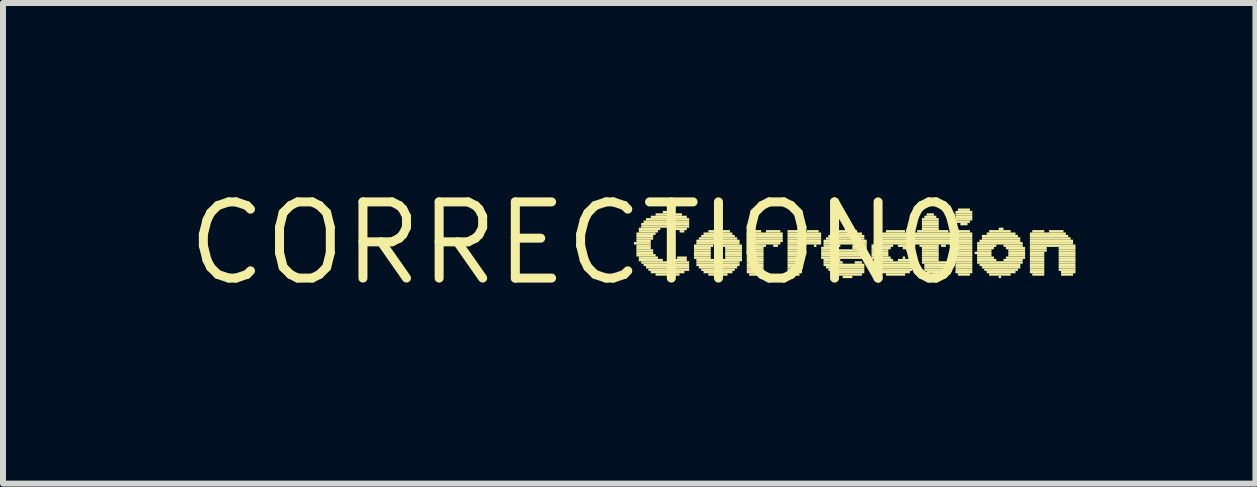
<source format=kicad_pcb>
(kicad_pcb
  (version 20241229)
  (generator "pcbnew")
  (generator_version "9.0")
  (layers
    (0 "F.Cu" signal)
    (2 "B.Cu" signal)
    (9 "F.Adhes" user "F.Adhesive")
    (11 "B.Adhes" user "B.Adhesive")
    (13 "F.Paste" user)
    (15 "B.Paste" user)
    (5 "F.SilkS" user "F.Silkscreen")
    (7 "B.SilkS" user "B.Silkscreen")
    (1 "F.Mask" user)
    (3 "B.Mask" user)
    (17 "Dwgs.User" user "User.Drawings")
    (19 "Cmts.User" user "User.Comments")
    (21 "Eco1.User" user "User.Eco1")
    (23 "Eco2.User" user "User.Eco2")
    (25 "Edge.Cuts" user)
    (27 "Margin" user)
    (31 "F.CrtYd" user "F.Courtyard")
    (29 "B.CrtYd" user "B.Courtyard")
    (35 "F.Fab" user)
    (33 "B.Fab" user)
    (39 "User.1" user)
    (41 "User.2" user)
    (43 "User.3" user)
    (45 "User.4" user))
  (footprint "CORRECTION0"
    (layer "F.Cu")
    (at 6.599 1.006)
    (property "Reference" "CORRECTION0" (at 0 0 0) (layer "F.SilkS") (effects (font (size 1.27 1.27) (thickness 0.15))))
    (attr through_hole)
    (fp_poly (pts (xy 0.92 0.02) (xy 1.2 0.02) (xy 1.2 -0.02) (xy 0.92 -0.02)) (stroke (width 0) (type solid)) (fill yes) (layer "F.SilkS"))
    (fp_poly (pts (xy 0.96 -0.14) (xy 1.28 -0.14) (xy 1.28 -0.18) (xy 0.96 -0.18)) (stroke (width 0) (type solid)) (fill yes) (layer "F.SilkS"))
    (fp_poly (pts (xy 0.96 -0.1) (xy 1.24 -0.1) (xy 1.24 -0.14) (xy 0.96 -0.14)) (stroke (width 0) (type solid)) (fill yes) (layer "F.SilkS"))
    (fp_poly (pts (xy 0.96 -0.06) (xy 1.24 -0.06) (xy 1.24 -0.1) (xy 0.96 -0.1)) (stroke (width 0) (type solid)) (fill yes) (layer "F.SilkS"))
    (fp_poly (pts (xy 0.96 -0.02) (xy 1.2 -0.02) (xy 1.2 -0.06) (xy 0.96 -0.06)) (stroke (width 0) (type solid)) (fill yes) (layer "F.SilkS"))
    (fp_poly (pts (xy 0.96 0.06) (xy 1.2 0.06) (xy 1.2 0.02) (xy 0.96 0.02)) (stroke (width 0) (type solid)) (fill yes) (layer "F.SilkS"))
    (fp_poly (pts (xy 0.96 0.1) (xy 1.2 0.1) (xy 1.2 0.06) (xy 0.96 0.06)) (stroke (width 0) (type solid)) (fill yes) (layer "F.SilkS"))
    (fp_poly (pts (xy 0.96 0.14) (xy 1.24 0.14) (xy 1.24 0.1) (xy 0.96 0.1)) (stroke (width 0) (type solid)) (fill yes) (layer "F.SilkS"))
    (fp_poly (pts (xy 0.96 0.18) (xy 1.24 0.18) (xy 1.24 0.14) (xy 0.96 0.14)) (stroke (width 0) (type solid)) (fill yes) (layer "F.SilkS"))
    (fp_poly (pts (xy 0.96 0.22) (xy 1.28 0.22) (xy 1.28 0.18) (xy 0.96 0.18)) (stroke (width 0) (type solid)) (fill yes) (layer "F.SilkS"))
    (fp_poly (pts (xy 1 -0.22) (xy 1.36 -0.22) (xy 1.36 -0.26) (xy 1 -0.26)) (stroke (width 0) (type solid)) (fill yes) (layer "F.SilkS"))
    (fp_poly (pts (xy 1 -0.18) (xy 1.32 -0.18) (xy 1.32 -0.22) (xy 1 -0.22)) (stroke (width 0) (type solid)) (fill yes) (layer "F.SilkS"))
    (fp_poly (pts (xy 1 0.26) (xy 1.32 0.26) (xy 1.32 0.22) (xy 1 0.22)) (stroke (width 0) (type solid)) (fill yes) (layer "F.SilkS"))
    (fp_poly (pts (xy 1 0.3) (xy 1.4 0.3) (xy 1.4 0.26) (xy 1 0.26)) (stroke (width 0) (type solid)) (fill yes) (layer "F.SilkS"))
    (fp_poly (pts (xy 1.04 -0.3) (xy 1.84 -0.3) (xy 1.84 -0.34) (xy 1.04 -0.34)) (stroke (width 0) (type solid)) (fill yes) (layer "F.SilkS"))
    (fp_poly (pts (xy 1.04 -0.26) (xy 1.84 -0.26) (xy 1.84 -0.3) (xy 1.04 -0.3)) (stroke (width 0) (type solid)) (fill yes) (layer "F.SilkS"))
    (fp_poly (pts (xy 1.04 0.34) (xy 1.84 0.34) (xy 1.84 0.3) (xy 1.04 0.3)) (stroke (width 0) (type solid)) (fill yes) (layer "F.SilkS"))
    (fp_poly (pts (xy 1.08 -0.34) (xy 1.84 -0.34) (xy 1.84 -0.38) (xy 1.08 -0.38)) (stroke (width 0) (type solid)) (fill yes) (layer "F.SilkS"))
    (fp_poly (pts (xy 1.08 0.38) (xy 1.84 0.38) (xy 1.84 0.34) (xy 1.08 0.34)) (stroke (width 0) (type solid)) (fill yes) (layer "F.SilkS"))
    (fp_poly (pts (xy 1.12 -0.38) (xy 1.84 -0.38) (xy 1.84 -0.42) (xy 1.12 -0.42)) (stroke (width 0) (type solid)) (fill yes) (layer "F.SilkS"))
    (fp_poly (pts (xy 1.12 0.42) (xy 1.84 0.42) (xy 1.84 0.38) (xy 1.12 0.38)) (stroke (width 0) (type solid)) (fill yes) (layer "F.SilkS"))
    (fp_poly (pts (xy 1.16 0.46) (xy 1.84 0.46) (xy 1.84 0.42) (xy 1.16 0.42)) (stroke (width 0) (type solid)) (fill yes) (layer "F.SilkS"))
    (fp_poly (pts (xy 1.2 -0.42) (xy 1.8 -0.42) (xy 1.8 -0.46) (xy 1.2 -0.46)) (stroke (width 0) (type solid)) (fill yes) (layer "F.SilkS"))
    (fp_poly (pts (xy 1.2 0.5) (xy 1.76 0.5) (xy 1.76 0.46) (xy 1.2 0.46)) (stroke (width 0) (type solid)) (fill yes) (layer "F.SilkS"))
    (fp_poly (pts (xy 1.28 -0.46) (xy 1.72 -0.46) (xy 1.72 -0.5) (xy 1.28 -0.5)) (stroke (width 0) (type solid)) (fill yes) (layer "F.SilkS"))
    (fp_poly (pts (xy 1.28 0.54) (xy 1.68 0.54) (xy 1.68 0.5) (xy 1.28 0.5)) (stroke (width 0) (type solid)) (fill yes) (layer "F.SilkS"))
    (fp_poly (pts (xy 1.4 -0.5) (xy 1.6 -0.5) (xy 1.6 -0.54) (xy 1.4 -0.54)) (stroke (width 0) (type solid)) (fill yes) (layer "F.SilkS"))
    (fp_poly (pts (xy 1.48 0.58) (xy 1.52 0.58) (xy 1.52 0.54) (xy 1.48 0.54)) (stroke (width 0) (type solid)) (fill yes) (layer "F.SilkS"))
    (fp_poly (pts (xy 1.56 0.3) (xy 1.8 0.3) (xy 1.8 0.26) (xy 1.56 0.26)) (stroke (width 0) (type solid)) (fill yes) (layer "F.SilkS"))
    (fp_poly (pts (xy 1.6 -0.22) (xy 1.8 -0.22) (xy 1.8 -0.26) (xy 1.6 -0.26)) (stroke (width 0) (type solid)) (fill yes) (layer "F.SilkS"))
    (fp_poly (pts (xy 1.64 0.26) (xy 1.8 0.26) (xy 1.8 0.22) (xy 1.64 0.22)) (stroke (width 0) (type solid)) (fill yes) (layer "F.SilkS"))
    (fp_poly (pts (xy 1.68 -0.18) (xy 1.76 -0.18) (xy 1.76 -0.22) (xy 1.68 -0.22)) (stroke (width 0) (type solid)) (fill yes) (layer "F.SilkS"))
    (fp_poly (pts (xy 1.92 0.06) (xy 2.24 0.06) (xy 2.24 0.02) (xy 1.92 0.02)) (stroke (width 0) (type solid)) (fill yes) (layer "F.SilkS"))
    (fp_poly (pts (xy 1.92 0.1) (xy 2.2 0.1) (xy 2.2 0.06) (xy 1.92 0.06)) (stroke (width 0) (type solid)) (fill yes) (layer "F.SilkS"))
    (fp_poly (pts (xy 1.92 0.14) (xy 2.2 0.14) (xy 2.2 0.1) (xy 1.92 0.1)) (stroke (width 0) (type solid)) (fill yes) (layer "F.SilkS"))
    (fp_poly (pts (xy 1.92 0.18) (xy 2.2 0.18) (xy 2.2 0.14) (xy 1.92 0.14)) (stroke (width 0) (type solid)) (fill yes) (layer "F.SilkS"))
    (fp_poly (pts (xy 1.92 0.22) (xy 2.2 0.22) (xy 2.2 0.18) (xy 1.92 0.18)) (stroke (width 0) (type solid)) (fill yes) (layer "F.SilkS"))
    (fp_poly (pts (xy 1.92 0.26) (xy 2.2 0.26) (xy 2.2 0.22) (xy 1.92 0.22)) (stroke (width 0) (type solid)) (fill yes) (layer "F.SilkS"))
    (fp_poly (pts (xy 1.96 -0.02) (xy 2.68 -0.02) (xy 2.68 -0.06) (xy 1.96 -0.06)) (stroke (width 0) (type solid)) (fill yes) (layer "F.SilkS"))
    (fp_poly (pts (xy 1.96 0.02) (xy 2.68 0.02) (xy 2.68 -0.02) (xy 1.96 -0.02)) (stroke (width 0) (type solid)) (fill yes) (layer "F.SilkS"))
    (fp_poly (pts (xy 1.96 0.3) (xy 2.28 0.3) (xy 2.28 0.26) (xy 1.96 0.26)) (stroke (width 0) (type solid)) (fill yes) (layer "F.SilkS"))
    (fp_poly (pts (xy 1.96 0.34) (xy 2.68 0.34) (xy 2.68 0.3) (xy 1.96 0.3)) (stroke (width 0) (type solid)) (fill yes) (layer "F.SilkS"))
    (fp_poly (pts (xy 1.96 0.38) (xy 2.68 0.38) (xy 2.68 0.34) (xy 1.96 0.34)) (stroke (width 0) (type solid)) (fill yes) (layer "F.SilkS"))
    (fp_poly (pts (xy 2 -0.06) (xy 2.64 -0.06) (xy 2.64 -0.1) (xy 2 -0.1)) (stroke (width 0) (type solid)) (fill yes) (layer "F.SilkS"))
    (fp_poly (pts (xy 2 0.42) (xy 2.64 0.42) (xy 2.64 0.38) (xy 2 0.38)) (stroke (width 0) (type solid)) (fill yes) (layer "F.SilkS"))
    (fp_poly (pts (xy 2.04 -0.1) (xy 2.6 -0.1) (xy 2.6 -0.14) (xy 2.04 -0.14)) (stroke (width 0) (type solid)) (fill yes) (layer "F.SilkS"))
    (fp_poly (pts (xy 2.04 0.46) (xy 2.6 0.46) (xy 2.6 0.42) (xy 2.04 0.42)) (stroke (width 0) (type solid)) (fill yes) (layer "F.SilkS"))
    (fp_poly (pts (xy 2.08 -0.14) (xy 2.56 -0.14) (xy 2.56 -0.18) (xy 2.08 -0.18)) (stroke (width 0) (type solid)) (fill yes) (layer "F.SilkS"))
    (fp_poly (pts (xy 2.08 0.5) (xy 2.56 0.5) (xy 2.56 0.46) (xy 2.08 0.46)) (stroke (width 0) (type solid)) (fill yes) (layer "F.SilkS"))
    (fp_poly (pts (xy 2.16 -0.18) (xy 2.52 -0.18) (xy 2.52 -0.22) (xy 2.16 -0.22)) (stroke (width 0) (type solid)) (fill yes) (layer "F.SilkS"))
    (fp_poly (pts (xy 2.16 0.54) (xy 2.48 0.54) (xy 2.48 0.5) (xy 2.16 0.5)) (stroke (width 0) (type solid)) (fill yes) (layer "F.SilkS"))
    (fp_poly (pts (xy 2.28 -0.22) (xy 2.36 -0.22) (xy 2.36 -0.26) (xy 2.28 -0.26)) (stroke (width 0) (type solid)) (fill yes) (layer "F.SilkS"))
    (fp_poly (pts (xy 2.32 0.58) (xy 2.36 0.58) (xy 2.36 0.54) (xy 2.32 0.54)) (stroke (width 0) (type solid)) (fill yes) (layer "F.SilkS"))
    (fp_poly (pts (xy 2.4 0.06) (xy 2.72 0.06) (xy 2.72 0.02) (xy 2.4 0.02)) (stroke (width 0) (type solid)) (fill yes) (layer "F.SilkS"))
    (fp_poly (pts (xy 2.4 0.3) (xy 2.72 0.3) (xy 2.72 0.26) (xy 2.4 0.26)) (stroke (width 0) (type solid)) (fill yes) (layer "F.SilkS"))
    (fp_poly (pts (xy 2.44 0.1) (xy 2.72 0.1) (xy 2.72 0.06) (xy 2.44 0.06)) (stroke (width 0) (type solid)) (fill yes) (layer "F.SilkS"))
    (fp_poly (pts (xy 2.44 0.14) (xy 2.72 0.14) (xy 2.72 0.1) (xy 2.44 0.1)) (stroke (width 0) (type solid)) (fill yes) (layer "F.SilkS"))
    (fp_poly (pts (xy 2.44 0.18) (xy 2.72 0.18) (xy 2.72 0.14) (xy 2.44 0.14)) (stroke (width 0) (type solid)) (fill yes) (layer "F.SilkS"))
    (fp_poly (pts (xy 2.44 0.22) (xy 2.72 0.22) (xy 2.72 0.18) (xy 2.44 0.18)) (stroke (width 0) (type solid)) (fill yes) (layer "F.SilkS"))
    (fp_poly (pts (xy 2.44 0.26) (xy 2.72 0.26) (xy 2.72 0.22) (xy 2.44 0.22)) (stroke (width 0) (type solid)) (fill yes) (layer "F.SilkS"))
    (fp_poly (pts (xy 2.8 -0.14) (xy 3.4 -0.14) (xy 3.4 -0.18) (xy 2.8 -0.18)) (stroke (width 0) (type solid)) (fill yes) (layer "F.SilkS"))
    (fp_poly (pts (xy 2.8 -0.1) (xy 3.4 -0.1) (xy 3.4 -0.14) (xy 2.8 -0.14)) (stroke (width 0) (type solid)) (fill yes) (layer "F.SilkS"))
    (fp_poly (pts (xy 2.8 -0.06) (xy 3.4 -0.06) (xy 3.4 -0.1) (xy 2.8 -0.1)) (stroke (width 0) (type solid)) (fill yes) (layer "F.SilkS"))
    (fp_poly (pts (xy 2.8 -0.02) (xy 3.4 -0.02) (xy 3.4 -0.06) (xy 2.8 -0.06)) (stroke (width 0) (type solid)) (fill yes) (layer "F.SilkS"))
    (fp_poly (pts (xy 2.8 0.02) (xy 3.36 0.02) (xy 3.36 -0.02) (xy 2.8 -0.02)) (stroke (width 0) (type solid)) (fill yes) (layer "F.SilkS"))
    (fp_poly (pts (xy 2.8 0.06) (xy 3.12 0.06) (xy 3.12 0.02) (xy 2.8 0.02)) (stroke (width 0) (type solid)) (fill yes) (layer "F.SilkS"))
    (fp_poly (pts (xy 2.8 0.1) (xy 3.08 0.1) (xy 3.08 0.06) (xy 2.8 0.06)) (stroke (width 0) (type solid)) (fill yes) (layer "F.SilkS"))
    (fp_poly (pts (xy 2.8 0.14) (xy 3.08 0.14) (xy 3.08 0.1) (xy 2.8 0.1)) (stroke (width 0) (type solid)) (fill yes) (layer "F.SilkS"))
    (fp_poly (pts (xy 2.8 0.18) (xy 3.08 0.18) (xy 3.08 0.14) (xy 2.8 0.14)) (stroke (width 0) (type solid)) (fill yes) (layer "F.SilkS"))
    (fp_poly (pts (xy 2.8 0.22) (xy 3.08 0.22) (xy 3.08 0.18) (xy 2.8 0.18)) (stroke (width 0) (type solid)) (fill yes) (layer "F.SilkS"))
    (fp_poly (pts (xy 2.8 0.26) (xy 3.08 0.26) (xy 3.08 0.22) (xy 2.8 0.22)) (stroke (width 0) (type solid)) (fill yes) (layer "F.SilkS"))
    (fp_poly (pts (xy 2.8 0.3) (xy 3.08 0.3) (xy 3.08 0.26) (xy 2.8 0.26)) (stroke (width 0) (type solid)) (fill yes) (layer "F.SilkS"))
    (fp_poly (pts (xy 2.8 0.34) (xy 3.08 0.34) (xy 3.08 0.3) (xy 2.8 0.3)) (stroke (width 0) (type solid)) (fill yes) (layer "F.SilkS"))
    (fp_poly (pts (xy 2.8 0.38) (xy 3.08 0.38) (xy 3.08 0.34) (xy 2.8 0.34)) (stroke (width 0) (type solid)) (fill yes) (layer "F.SilkS"))
    (fp_poly (pts (xy 2.8 0.42) (xy 3.08 0.42) (xy 3.08 0.38) (xy 2.8 0.38)) (stroke (width 0) (type solid)) (fill yes) (layer "F.SilkS"))
    (fp_poly (pts (xy 2.8 0.46) (xy 3.08 0.46) (xy 3.08 0.42) (xy 2.8 0.42)) (stroke (width 0) (type solid)) (fill yes) (layer "F.SilkS"))
    (fp_poly (pts (xy 2.8 0.5) (xy 3.08 0.5) (xy 3.08 0.46) (xy 2.8 0.46)) (stroke (width 0) (type solid)) (fill yes) (layer "F.SilkS"))
    (fp_poly (pts (xy 2.84 -0.18) (xy 3.04 -0.18) (xy 3.04 -0.22) (xy 2.84 -0.22)) (stroke (width 0) (type solid)) (fill yes) (layer "F.SilkS"))
    (fp_poly (pts (xy 2.84 0.54) (xy 3.04 0.54) (xy 3.04 0.5) (xy 2.84 0.5)) (stroke (width 0) (type solid)) (fill yes) (layer "F.SilkS"))
    (fp_poly (pts (xy 3.12 -0.18) (xy 3.36 -0.18) (xy 3.36 -0.22) (xy 3.12 -0.22)) (stroke (width 0) (type solid)) (fill yes) (layer "F.SilkS"))
    (fp_poly (pts (xy 3.24 0.06) (xy 3.32 0.06) (xy 3.32 0.02) (xy 3.24 0.02)) (stroke (width 0) (type solid)) (fill yes) (layer "F.SilkS"))
    (fp_poly (pts (xy 3.48 -0.18) (xy 3.68 -0.18) (xy 3.68 -0.22) (xy 3.48 -0.22)) (stroke (width 0) (type solid)) (fill yes) (layer "F.SilkS"))
    (fp_poly (pts (xy 3.48 -0.14) (xy 4.04 -0.14) (xy 4.04 -0.18) (xy 3.48 -0.18)) (stroke (width 0) (type solid)) (fill yes) (layer "F.SilkS"))
    (fp_poly (pts (xy 3.48 -0.1) (xy 4.04 -0.1) (xy 4.04 -0.14) (xy 3.48 -0.14)) (stroke (width 0) (type solid)) (fill yes) (layer "F.SilkS"))
    (fp_poly (pts (xy 3.48 -0.06) (xy 4.04 -0.06) (xy 4.04 -0.1) (xy 3.48 -0.1)) (stroke (width 0) (type solid)) (fill yes) (layer "F.SilkS"))
    (fp_poly (pts (xy 3.48 -0.02) (xy 4.04 -0.02) (xy 4.04 -0.06) (xy 3.48 -0.06)) (stroke (width 0) (type solid)) (fill yes) (layer "F.SilkS"))
    (fp_poly (pts (xy 3.48 0.02) (xy 4.04 0.02) (xy 4.04 -0.02) (xy 3.48 -0.02)) (stroke (width 0) (type solid)) (fill yes) (layer "F.SilkS"))
    (fp_poly (pts (xy 3.48 0.06) (xy 3.76 0.06) (xy 3.76 0.02) (xy 3.48 0.02)) (stroke (width 0) (type solid)) (fill yes) (layer "F.SilkS"))
    (fp_poly (pts (xy 3.48 0.1) (xy 3.72 0.1) (xy 3.72 0.06) (xy 3.48 0.06)) (stroke (width 0) (type solid)) (fill yes) (layer "F.SilkS"))
    (fp_poly (pts (xy 3.48 0.14) (xy 3.72 0.14) (xy 3.72 0.1) (xy 3.48 0.1)) (stroke (width 0) (type solid)) (fill yes) (layer "F.SilkS"))
    (fp_poly (pts (xy 3.48 0.18) (xy 3.72 0.18) (xy 3.72 0.14) (xy 3.48 0.14)) (stroke (width 0) (type solid)) (fill yes) (layer "F.SilkS"))
    (fp_poly (pts (xy 3.48 0.22) (xy 3.72 0.22) (xy 3.72 0.18) (xy 3.48 0.18)) (stroke (width 0) (type solid)) (fill yes) (layer "F.SilkS"))
    (fp_poly (pts (xy 3.48 0.26) (xy 3.72 0.26) (xy 3.72 0.22) (xy 3.48 0.22)) (stroke (width 0) (type solid)) (fill yes) (layer "F.SilkS"))
    (fp_poly (pts (xy 3.48 0.3) (xy 3.72 0.3) (xy 3.72 0.26) (xy 3.48 0.26)) (stroke (width 0) (type solid)) (fill yes) (layer "F.SilkS"))
    (fp_poly (pts (xy 3.48 0.34) (xy 3.72 0.34) (xy 3.72 0.3) (xy 3.48 0.3)) (stroke (width 0) (type solid)) (fill yes) (layer "F.SilkS"))
    (fp_poly (pts (xy 3.48 0.38) (xy 3.72 0.38) (xy 3.72 0.34) (xy 3.48 0.34)) (stroke (width 0) (type solid)) (fill yes) (layer "F.SilkS"))
    (fp_poly (pts (xy 3.48 0.42) (xy 3.72 0.42) (xy 3.72 0.38) (xy 3.48 0.38)) (stroke (width 0) (type solid)) (fill yes) (layer "F.SilkS"))
    (fp_poly (pts (xy 3.48 0.46) (xy 3.72 0.46) (xy 3.72 0.42) (xy 3.48 0.42)) (stroke (width 0) (type solid)) (fill yes) (layer "F.SilkS"))
    (fp_poly (pts (xy 3.48 0.5) (xy 3.72 0.5) (xy 3.72 0.46) (xy 3.48 0.46)) (stroke (width 0) (type solid)) (fill yes) (layer "F.SilkS"))
    (fp_poly (pts (xy 3.48 0.54) (xy 3.68 0.54) (xy 3.68 0.5) (xy 3.48 0.5)) (stroke (width 0) (type solid)) (fill yes) (layer "F.SilkS"))
    (fp_poly (pts (xy 3.8 -0.18) (xy 4 -0.18) (xy 4 -0.22) (xy 3.8 -0.22)) (stroke (width 0) (type solid)) (fill yes) (layer "F.SilkS"))
    (fp_poly (pts (xy 3.92 0.06) (xy 3.96 0.06) (xy 3.96 0.02) (xy 3.92 0.02)) (stroke (width 0) (type solid)) (fill yes) (layer "F.SilkS"))
    (fp_poly (pts (xy 4.04 0.1) (xy 4.32 0.1) (xy 4.32 0.06) (xy 4.04 0.06)) (stroke (width 0) (type solid)) (fill yes) (layer "F.SilkS"))
    (fp_poly (pts (xy 4.04 0.14) (xy 4.8 0.14) (xy 4.8 0.1) (xy 4.04 0.1)) (stroke (width 0) (type solid)) (fill yes) (layer "F.SilkS"))
    (fp_poly (pts (xy 4.04 0.18) (xy 4.8 0.18) (xy 4.8 0.14) (xy 4.04 0.14)) (stroke (width 0) (type solid)) (fill yes) (layer "F.SilkS"))
    (fp_poly (pts (xy 4.04 0.22) (xy 4.76 0.22) (xy 4.76 0.18) (xy 4.04 0.18)) (stroke (width 0) (type solid)) (fill yes) (layer "F.SilkS"))
    (fp_poly (pts (xy 4.04 0.26) (xy 4.72 0.26) (xy 4.72 0.22) (xy 4.04 0.22)) (stroke (width 0) (type solid)) (fill yes) (layer "F.SilkS"))
    (fp_poly (pts (xy 4.08 -0.02) (xy 4.8 -0.02) (xy 4.8 -0.06) (xy 4.08 -0.06)) (stroke (width 0) (type solid)) (fill yes) (layer "F.SilkS"))
    (fp_poly (pts (xy 4.08 0.02) (xy 4.8 0.02) (xy 4.8 -0.02) (xy 4.08 -0.02)) (stroke (width 0) (type solid)) (fill yes) (layer "F.SilkS"))
    (fp_poly (pts (xy 4.08 0.06) (xy 4.36 0.06) (xy 4.36 0.02) (xy 4.08 0.02)) (stroke (width 0) (type solid)) (fill yes) (layer "F.SilkS"))
    (fp_poly (pts (xy 4.08 0.3) (xy 4.36 0.3) (xy 4.36 0.26) (xy 4.08 0.26)) (stroke (width 0) (type solid)) (fill yes) (layer "F.SilkS"))
    (fp_poly (pts (xy 4.08 0.34) (xy 4.4 0.34) (xy 4.4 0.3) (xy 4.08 0.3)) (stroke (width 0) (type solid)) (fill yes) (layer "F.SilkS"))
    (fp_poly (pts (xy 4.08 0.38) (xy 4.76 0.38) (xy 4.76 0.34) (xy 4.08 0.34)) (stroke (width 0) (type solid)) (fill yes) (layer "F.SilkS"))
    (fp_poly (pts (xy 4.12 -0.06) (xy 4.76 -0.06) (xy 4.76 -0.1) (xy 4.12 -0.1)) (stroke (width 0) (type solid)) (fill yes) (layer "F.SilkS"))
    (fp_poly (pts (xy 4.12 0.42) (xy 4.76 0.42) (xy 4.76 0.38) (xy 4.12 0.38)) (stroke (width 0) (type solid)) (fill yes) (layer "F.SilkS"))
    (fp_poly (pts (xy 4.16 -0.1) (xy 4.76 -0.1) (xy 4.76 -0.14) (xy 4.16 -0.14)) (stroke (width 0) (type solid)) (fill yes) (layer "F.SilkS"))
    (fp_poly (pts (xy 4.16 0.46) (xy 4.76 0.46) (xy 4.76 0.42) (xy 4.16 0.42)) (stroke (width 0) (type solid)) (fill yes) (layer "F.SilkS"))
    (fp_poly (pts (xy 4.2 -0.14) (xy 4.72 -0.14) (xy 4.72 -0.18) (xy 4.2 -0.18)) (stroke (width 0) (type solid)) (fill yes) (layer "F.SilkS"))
    (fp_poly (pts (xy 4.2 0.5) (xy 4.76 0.5) (xy 4.76 0.46) (xy 4.2 0.46)) (stroke (width 0) (type solid)) (fill yes) (layer "F.SilkS"))
    (fp_poly (pts (xy 4.28 -0.18) (xy 4.64 -0.18) (xy 4.64 -0.22) (xy 4.28 -0.22)) (stroke (width 0) (type solid)) (fill yes) (layer "F.SilkS"))
    (fp_poly (pts (xy 4.28 0.54) (xy 4.72 0.54) (xy 4.72 0.5) (xy 4.28 0.5)) (stroke (width 0) (type solid)) (fill yes) (layer "F.SilkS"))
    (fp_poly (pts (xy 4.4 0.58) (xy 4.56 0.58) (xy 4.56 0.54) (xy 4.4 0.54)) (stroke (width 0) (type solid)) (fill yes) (layer "F.SilkS"))
    (fp_poly (pts (xy 4.44 -0.22) (xy 4.52 -0.22) (xy 4.52 -0.26) (xy 4.44 -0.26)) (stroke (width 0) (type solid)) (fill yes) (layer "F.SilkS"))
    (fp_poly (pts (xy 4.56 0.06) (xy 4.8 0.06) (xy 4.8 0.02) (xy 4.56 0.02)) (stroke (width 0) (type solid)) (fill yes) (layer "F.SilkS"))
    (fp_poly (pts (xy 4.56 0.1) (xy 4.8 0.1) (xy 4.8 0.06) (xy 4.56 0.06)) (stroke (width 0) (type solid)) (fill yes) (layer "F.SilkS"))
    (fp_poly (pts (xy 4.6 0.34) (xy 4.72 0.34) (xy 4.72 0.3) (xy 4.6 0.3)) (stroke (width 0) (type solid)) (fill yes) (layer "F.SilkS"))
    (fp_poly (pts (xy 4.88 0.06) (xy 5.24 0.06) (xy 5.24 0.02) (xy 4.88 0.02)) (stroke (width 0) (type solid)) (fill yes) (layer "F.SilkS"))
    (fp_poly (pts (xy 4.88 0.1) (xy 5.2 0.1) (xy 5.2 0.06) (xy 4.88 0.06)) (stroke (width 0) (type solid)) (fill yes) (layer "F.SilkS"))
    (fp_poly (pts (xy 4.88 0.14) (xy 5.16 0.14) (xy 5.16 0.1) (xy 4.88 0.1)) (stroke (width 0) (type solid)) (fill yes) (layer "F.SilkS"))
    (fp_poly (pts (xy 4.88 0.18) (xy 5.16 0.18) (xy 5.16 0.14) (xy 4.88 0.14)) (stroke (width 0) (type solid)) (fill yes) (layer "F.SilkS"))
    (fp_poly (pts (xy 4.88 0.22) (xy 5.16 0.22) (xy 5.16 0.18) (xy 4.88 0.18)) (stroke (width 0) (type solid)) (fill yes) (layer "F.SilkS"))
    (fp_poly (pts (xy 4.88 0.26) (xy 5.2 0.26) (xy 5.2 0.22) (xy 4.88 0.22)) (stroke (width 0) (type solid)) (fill yes) (layer "F.SilkS"))
    (fp_poly (pts (xy 4.92 -0.02) (xy 5.56 -0.02) (xy 5.56 -0.06) (xy 4.92 -0.06)) (stroke (width 0) (type solid)) (fill yes) (layer "F.SilkS"))
    (fp_poly (pts (xy 4.92 0.02) (xy 5.56 0.02) (xy 5.56 -0.02) (xy 4.92 -0.02)) (stroke (width 0) (type solid)) (fill yes) (layer "F.SilkS"))
    (fp_poly (pts (xy 4.92 0.3) (xy 5.24 0.3) (xy 5.24 0.26) (xy 4.92 0.26)) (stroke (width 0) (type solid)) (fill yes) (layer "F.SilkS"))
    (fp_poly (pts (xy 4.92 0.34) (xy 5.56 0.34) (xy 5.56 0.3) (xy 4.92 0.3)) (stroke (width 0) (type solid)) (fill yes) (layer "F.SilkS"))
    (fp_poly (pts (xy 4.92 0.38) (xy 5.56 0.38) (xy 5.56 0.34) (xy 4.92 0.34)) (stroke (width 0) (type solid)) (fill yes) (layer "F.SilkS"))
    (fp_poly (pts (xy 4.96 -0.06) (xy 5.56 -0.06) (xy 5.56 -0.1) (xy 4.96 -0.1)) (stroke (width 0) (type solid)) (fill yes) (layer "F.SilkS"))
    (fp_poly (pts (xy 4.96 0.42) (xy 5.56 0.42) (xy 5.56 0.38) (xy 4.96 0.38)) (stroke (width 0) (type solid)) (fill yes) (layer "F.SilkS"))
    (fp_poly (pts (xy 5 -0.1) (xy 5.56 -0.1) (xy 5.56 -0.14) (xy 5 -0.14)) (stroke (width 0) (type solid)) (fill yes) (layer "F.SilkS"))
    (fp_poly (pts (xy 5 0.46) (xy 5.56 0.46) (xy 5.56 0.42) (xy 5 0.42)) (stroke (width 0) (type solid)) (fill yes) (layer "F.SilkS"))
    (fp_poly (pts (xy 5.04 -0.14) (xy 5.52 -0.14) (xy 5.52 -0.18) (xy 5.04 -0.18)) (stroke (width 0) (type solid)) (fill yes) (layer "F.SilkS"))
    (fp_poly (pts (xy 5.04 0.5) (xy 5.52 0.5) (xy 5.52 0.46) (xy 5.04 0.46)) (stroke (width 0) (type solid)) (fill yes) (layer "F.SilkS"))
    (fp_poly (pts (xy 5.12 -0.18) (xy 5.44 -0.18) (xy 5.44 -0.22) (xy 5.12 -0.22)) (stroke (width 0) (type solid)) (fill yes) (layer "F.SilkS"))
    (fp_poly (pts (xy 5.12 0.54) (xy 5.44 0.54) (xy 5.44 0.5) (xy 5.12 0.5)) (stroke (width 0) (type solid)) (fill yes) (layer "F.SilkS"))
    (fp_poly (pts (xy 5.32 0.06) (xy 5.52 0.06) (xy 5.52 0.02) (xy 5.32 0.02)) (stroke (width 0) (type solid)) (fill yes) (layer "F.SilkS"))
    (fp_poly (pts (xy 5.32 0.3) (xy 5.52 0.3) (xy 5.52 0.26) (xy 5.32 0.26)) (stroke (width 0) (type solid)) (fill yes) (layer "F.SilkS"))
    (fp_poly (pts (xy 5.4 0.1) (xy 5.48 0.1) (xy 5.48 0.06) (xy 5.4 0.06)) (stroke (width 0) (type solid)) (fill yes) (layer "F.SilkS"))
    (fp_poly (pts (xy 5.4 0.26) (xy 5.44 0.26) (xy 5.44 0.22) (xy 5.4 0.22)) (stroke (width 0) (type solid)) (fill yes) (layer "F.SilkS"))
    (fp_poly (pts (xy 5.6 -0.14) (xy 6.2 -0.14) (xy 6.2 -0.18) (xy 5.6 -0.18)) (stroke (width 0) (type solid)) (fill yes) (layer "F.SilkS"))
    (fp_poly (pts (xy 5.6 -0.1) (xy 6.2 -0.1) (xy 6.2 -0.14) (xy 5.6 -0.14)) (stroke (width 0) (type solid)) (fill yes) (layer "F.SilkS"))
    (fp_poly (pts (xy 5.6 -0.06) (xy 6.2 -0.06) (xy 6.2 -0.1) (xy 5.6 -0.1)) (stroke (width 0) (type solid)) (fill yes) (layer "F.SilkS"))
    (fp_poly (pts (xy 5.6 -0.02) (xy 6.2 -0.02) (xy 6.2 -0.06) (xy 5.6 -0.06)) (stroke (width 0) (type solid)) (fill yes) (layer "F.SilkS"))
    (fp_poly (pts (xy 5.6 0.02) (xy 6.2 0.02) (xy 6.2 -0.02) (xy 5.6 -0.02)) (stroke (width 0) (type solid)) (fill yes) (layer "F.SilkS"))
    (fp_poly (pts (xy 5.64 -0.18) (xy 6.16 -0.18) (xy 6.16 -0.22) (xy 5.64 -0.22)) (stroke (width 0) (type solid)) (fill yes) (layer "F.SilkS"))
    (fp_poly (pts (xy 5.68 0.06) (xy 6 0.06) (xy 6 0.02) (xy 5.68 0.02)) (stroke (width 0) (type solid)) (fill yes) (layer "F.SilkS"))
    (fp_poly (pts (xy 5.72 -0.38) (xy 6 -0.38) (xy 6 -0.42) (xy 5.72 -0.42)) (stroke (width 0) (type solid)) (fill yes) (layer "F.SilkS"))
    (fp_poly (pts (xy 5.72 -0.34) (xy 6 -0.34) (xy 6 -0.38) (xy 5.72 -0.38)) (stroke (width 0) (type solid)) (fill yes) (layer "F.SilkS"))
    (fp_poly (pts (xy 5.72 -0.3) (xy 6 -0.3) (xy 6 -0.34) (xy 5.72 -0.34)) (stroke (width 0) (type solid)) (fill yes) (layer "F.SilkS"))
    (fp_poly (pts (xy 5.72 -0.26) (xy 6 -0.26) (xy 6 -0.3) (xy 5.72 -0.3)) (stroke (width 0) (type solid)) (fill yes) (layer "F.SilkS"))
    (fp_poly (pts (xy 5.72 -0.22) (xy 6 -0.22) (xy 6 -0.26) (xy 5.72 -0.26)) (stroke (width 0) (type solid)) (fill yes) (layer "F.SilkS"))
    (fp_poly (pts (xy 5.72 0.1) (xy 6 0.1) (xy 6 0.06) (xy 5.72 0.06)) (stroke (width 0) (type solid)) (fill yes) (layer "F.SilkS"))
    (fp_poly (pts (xy 5.72 0.14) (xy 6 0.14) (xy 6 0.1) (xy 5.72 0.1)) (stroke (width 0) (type solid)) (fill yes) (layer "F.SilkS"))
    (fp_poly (pts (xy 5.72 0.18) (xy 6 0.18) (xy 6 0.14) (xy 5.72 0.14)) (stroke (width 0) (type solid)) (fill yes) (layer "F.SilkS"))
    (fp_poly (pts (xy 5.72 0.22) (xy 6 0.22) (xy 6 0.18) (xy 5.72 0.18)) (stroke (width 0) (type solid)) (fill yes) (layer "F.SilkS"))
    (fp_poly (pts (xy 5.72 0.26) (xy 6 0.26) (xy 6 0.22) (xy 5.72 0.22)) (stroke (width 0) (type solid)) (fill yes) (layer "F.SilkS"))
    (fp_poly (pts (xy 5.72 0.3) (xy 6 0.3) (xy 6 0.26) (xy 5.72 0.26)) (stroke (width 0) (type solid)) (fill yes) (layer "F.SilkS"))
    (fp_poly (pts (xy 5.72 0.34) (xy 6.16 0.34) (xy 6.16 0.3) (xy 5.72 0.3)) (stroke (width 0) (type solid)) (fill yes) (layer "F.SilkS"))
    (fp_poly (pts (xy 5.76 -0.42) (xy 5.96 -0.42) (xy 5.96 -0.46) (xy 5.76 -0.46)) (stroke (width 0) (type solid)) (fill yes) (layer "F.SilkS"))
    (fp_poly (pts (xy 5.76 0.38) (xy 6.16 0.38) (xy 6.16 0.34) (xy 5.76 0.34)) (stroke (width 0) (type solid)) (fill yes) (layer "F.SilkS"))
    (fp_poly (pts (xy 5.76 0.42) (xy 6.16 0.42) (xy 6.16 0.38) (xy 5.76 0.38)) (stroke (width 0) (type solid)) (fill yes) (layer "F.SilkS"))
    (fp_poly (pts (xy 5.76 0.46) (xy 6.16 0.46) (xy 6.16 0.42) (xy 5.76 0.42)) (stroke (width 0) (type solid)) (fill yes) (layer "F.SilkS"))
    (fp_poly (pts (xy 5.8 -0.46) (xy 5.92 -0.46) (xy 5.92 -0.5) (xy 5.8 -0.5)) (stroke (width 0) (type solid)) (fill yes) (layer "F.SilkS"))
    (fp_poly (pts (xy 5.8 0.5) (xy 6.16 0.5) (xy 6.16 0.46) (xy 5.8 0.46)) (stroke (width 0) (type solid)) (fill yes) (layer "F.SilkS"))
    (fp_poly (pts (xy 5.88 0.54) (xy 6.12 0.54) (xy 6.12 0.5) (xy 5.88 0.5)) (stroke (width 0) (type solid)) (fill yes) (layer "F.SilkS"))
    (fp_poly (pts (xy 6.04 0.06) (xy 6.12 0.06) (xy 6.12 0.02) (xy 6.04 0.02)) (stroke (width 0) (type solid)) (fill yes) (layer "F.SilkS"))
    (fp_poly (pts (xy 6.28 -0.5) (xy 6.56 -0.5) (xy 6.56 -0.54) (xy 6.28 -0.54)) (stroke (width 0) (type solid)) (fill yes) (layer "F.SilkS"))
    (fp_poly (pts (xy 6.28 -0.46) (xy 6.56 -0.46) (xy 6.56 -0.5) (xy 6.28 -0.5)) (stroke (width 0) (type solid)) (fill yes) (layer "F.SilkS"))
    (fp_poly (pts (xy 6.28 -0.42) (xy 6.56 -0.42) (xy 6.56 -0.46) (xy 6.28 -0.46)) (stroke (width 0) (type solid)) (fill yes) (layer "F.SilkS"))
    (fp_poly (pts (xy 6.28 -0.38) (xy 6.56 -0.38) (xy 6.56 -0.42) (xy 6.28 -0.42)) (stroke (width 0) (type solid)) (fill yes) (layer "F.SilkS"))
    (fp_poly (pts (xy 6.28 -0.34) (xy 6.52 -0.34) (xy 6.52 -0.38) (xy 6.28 -0.38)) (stroke (width 0) (type solid)) (fill yes) (layer "F.SilkS"))
    (fp_poly (pts (xy 6.28 -0.14) (xy 6.56 -0.14) (xy 6.56 -0.18) (xy 6.28 -0.18)) (stroke (width 0) (type solid)) (fill yes) (layer "F.SilkS"))
    (fp_poly (pts (xy 6.28 -0.1) (xy 6.56 -0.1) (xy 6.56 -0.14) (xy 6.28 -0.14)) (stroke (width 0) (type solid)) (fill yes) (layer "F.SilkS"))
    (fp_poly (pts (xy 6.28 -0.06) (xy 6.56 -0.06) (xy 6.56 -0.1) (xy 6.28 -0.1)) (stroke (width 0) (type solid)) (fill yes) (layer "F.SilkS"))
    (fp_poly (pts (xy 6.28 -0.02) (xy 6.56 -0.02) (xy 6.56 -0.06) (xy 6.28 -0.06)) (stroke (width 0) (type solid)) (fill yes) (layer "F.SilkS"))
    (fp_poly (pts (xy 6.28 0.02) (xy 6.56 0.02) (xy 6.56 -0.02) (xy 6.28 -0.02)) (stroke (width 0) (type solid)) (fill yes) (layer "F.SilkS"))
    (fp_poly (pts (xy 6.28 0.06) (xy 6.56 0.06) (xy 6.56 0.02) (xy 6.28 0.02)) (stroke (width 0) (type solid)) (fill yes) (layer "F.SilkS"))
    (fp_poly (pts (xy 6.28 0.1) (xy 6.56 0.1) (xy 6.56 0.06) (xy 6.28 0.06)) (stroke (width 0) (type solid)) (fill yes) (layer "F.SilkS"))
    (fp_poly (pts (xy 6.28 0.14) (xy 6.56 0.14) (xy 6.56 0.1) (xy 6.28 0.1)) (stroke (width 0) (type solid)) (fill yes) (layer "F.SilkS"))
    (fp_poly (pts (xy 6.28 0.18) (xy 6.56 0.18) (xy 6.56 0.14) (xy 6.28 0.14)) (stroke (width 0) (type solid)) (fill yes) (layer "F.SilkS"))
    (fp_poly (pts (xy 6.28 0.22) (xy 6.56 0.22) (xy 6.56 0.18) (xy 6.28 0.18)) (stroke (width 0) (type solid)) (fill yes) (layer "F.SilkS"))
    (fp_poly (pts (xy 6.28 0.26) (xy 6.56 0.26) (xy 6.56 0.22) (xy 6.28 0.22)) (stroke (width 0) (type solid)) (fill yes) (layer "F.SilkS"))
    (fp_poly (pts (xy 6.28 0.3) (xy 6.56 0.3) (xy 6.56 0.26) (xy 6.28 0.26)) (stroke (width 0) (type solid)) (fill yes) (layer "F.SilkS"))
    (fp_poly (pts (xy 6.28 0.34) (xy 6.56 0.34) (xy 6.56 0.3) (xy 6.28 0.3)) (stroke (width 0) (type solid)) (fill yes) (layer "F.SilkS"))
    (fp_poly (pts (xy 6.28 0.38) (xy 6.56 0.38) (xy 6.56 0.34) (xy 6.28 0.34)) (stroke (width 0) (type solid)) (fill yes) (layer "F.SilkS"))
    (fp_poly (pts (xy 6.28 0.42) (xy 6.56 0.42) (xy 6.56 0.38) (xy 6.28 0.38)) (stroke (width 0) (type solid)) (fill yes) (layer "F.SilkS"))
    (fp_poly (pts (xy 6.28 0.46) (xy 6.56 0.46) (xy 6.56 0.42) (xy 6.28 0.42)) (stroke (width 0) (type solid)) (fill yes) (layer "F.SilkS"))
    (fp_poly (pts (xy 6.28 0.5) (xy 6.56 0.5) (xy 6.56 0.46) (xy 6.28 0.46)) (stroke (width 0) (type solid)) (fill yes) (layer "F.SilkS"))
    (fp_poly (pts (xy 6.32 -0.54) (xy 6.52 -0.54) (xy 6.52 -0.58) (xy 6.32 -0.58)) (stroke (width 0) (type solid)) (fill yes) (layer "F.SilkS"))
    (fp_poly (pts (xy 6.32 -0.18) (xy 6.52 -0.18) (xy 6.52 -0.22) (xy 6.32 -0.22)) (stroke (width 0) (type solid)) (fill yes) (layer "F.SilkS"))
    (fp_poly (pts (xy 6.32 0.54) (xy 6.52 0.54) (xy 6.52 0.5) (xy 6.32 0.5)) (stroke (width 0) (type solid)) (fill yes) (layer "F.SilkS"))
    (fp_poly (pts (xy 6.36 -0.3) (xy 6.48 -0.3) (xy 6.48 -0.34) (xy 6.36 -0.34)) (stroke (width 0) (type solid)) (fill yes) (layer "F.SilkS"))
    (fp_poly (pts (xy 6.6 0.18) (xy 6.88 0.18) (xy 6.88 0.14) (xy 6.6 0.14)) (stroke (width 0) (type solid)) (fill yes) (layer "F.SilkS"))
    (fp_poly (pts (xy 6.64 0.02) (xy 7.4 0.02) (xy 7.4 -0.02) (xy 6.64 -0.02)) (stroke (width 0) (type solid)) (fill yes) (layer "F.SilkS"))
    (fp_poly (pts (xy 6.64 0.06) (xy 6.96 0.06) (xy 6.96 0.02) (xy 6.64 0.02)) (stroke (width 0) (type solid)) (fill yes) (layer "F.SilkS"))
    (fp_poly (pts (xy 6.64 0.1) (xy 6.92 0.1) (xy 6.92 0.06) (xy 6.64 0.06)) (stroke (width 0) (type solid)) (fill yes) (layer "F.SilkS"))
    (fp_poly (pts (xy 6.64 0.14) (xy 6.88 0.14) (xy 6.88 0.1) (xy 6.64 0.1)) (stroke (width 0) (type solid)) (fill yes) (layer "F.SilkS"))
    (fp_poly (pts (xy 6.64 0.22) (xy 6.88 0.22) (xy 6.88 0.18) (xy 6.64 0.18)) (stroke (width 0) (type solid)) (fill yes) (layer "F.SilkS"))
    (fp_poly (pts (xy 6.64 0.26) (xy 6.92 0.26) (xy 6.92 0.22) (xy 6.64 0.22)) (stroke (width 0) (type solid)) (fill yes) (layer "F.SilkS"))
    (fp_poly (pts (xy 6.64 0.3) (xy 6.96 0.3) (xy 6.96 0.26) (xy 6.64 0.26)) (stroke (width 0) (type solid)) (fill yes) (layer "F.SilkS"))
    (fp_poly (pts (xy 6.64 0.34) (xy 7.4 0.34) (xy 7.4 0.3) (xy 6.64 0.3)) (stroke (width 0) (type solid)) (fill yes) (layer "F.SilkS"))
    (fp_poly (pts (xy 6.68 -0.02) (xy 7.36 -0.02) (xy 7.36 -0.06) (xy 6.68 -0.06)) (stroke (width 0) (type solid)) (fill yes) (layer "F.SilkS"))
    (fp_poly (pts (xy 6.68 0.38) (xy 7.36 0.38) (xy 7.36 0.34) (xy 6.68 0.34)) (stroke (width 0) (type solid)) (fill yes) (layer "F.SilkS"))
    (fp_poly (pts (xy 6.72 -0.1) (xy 7.32 -0.1) (xy 7.32 -0.14) (xy 6.72 -0.14)) (stroke (width 0) (type solid)) (fill yes) (layer "F.SilkS"))
    (fp_poly (pts (xy 6.72 -0.06) (xy 7.36 -0.06) (xy 7.36 -0.1) (xy 6.72 -0.1)) (stroke (width 0) (type solid)) (fill yes) (layer "F.SilkS"))
    (fp_poly (pts (xy 6.72 0.42) (xy 7.36 0.42) (xy 7.36 0.38) (xy 6.72 0.38)) (stroke (width 0) (type solid)) (fill yes) (layer "F.SilkS"))
    (fp_poly (pts (xy 6.76 0.46) (xy 7.32 0.46) (xy 7.32 0.42) (xy 6.76 0.42)) (stroke (width 0) (type solid)) (fill yes) (layer "F.SilkS"))
    (fp_poly (pts (xy 6.8 -0.14) (xy 7.28 -0.14) (xy 7.28 -0.18) (xy 6.8 -0.18)) (stroke (width 0) (type solid)) (fill yes) (layer "F.SilkS"))
    (fp_poly (pts (xy 6.8 0.5) (xy 7.28 0.5) (xy 7.28 0.46) (xy 6.8 0.46)) (stroke (width 0) (type solid)) (fill yes) (layer "F.SilkS"))
    (fp_poly (pts (xy 6.84 -0.18) (xy 7.2 -0.18) (xy 7.2 -0.22) (xy 6.84 -0.22)) (stroke (width 0) (type solid)) (fill yes) (layer "F.SilkS"))
    (fp_poly (pts (xy 6.84 0.54) (xy 7.2 0.54) (xy 7.2 0.5) (xy 6.84 0.5)) (stroke (width 0) (type solid)) (fill yes) (layer "F.SilkS"))
    (fp_poly (pts (xy 7 -0.22) (xy 7.08 -0.22) (xy 7.08 -0.26) (xy 7 -0.26)) (stroke (width 0) (type solid)) (fill yes) (layer "F.SilkS"))
    (fp_poly (pts (xy 7 0.58) (xy 7.04 0.58) (xy 7.04 0.54) (xy 7 0.54)) (stroke (width 0) (type solid)) (fill yes) (layer "F.SilkS"))
    (fp_poly (pts (xy 7.08 0.06) (xy 7.4 0.06) (xy 7.4 0.02) (xy 7.08 0.02)) (stroke (width 0) (type solid)) (fill yes) (layer "F.SilkS"))
    (fp_poly (pts (xy 7.08 0.3) (xy 7.4 0.3) (xy 7.4 0.26) (xy 7.08 0.26)) (stroke (width 0) (type solid)) (fill yes) (layer "F.SilkS"))
    (fp_poly (pts (xy 7.12 0.1) (xy 7.44 0.1) (xy 7.44 0.06) (xy 7.12 0.06)) (stroke (width 0) (type solid)) (fill yes) (layer "F.SilkS"))
    (fp_poly (pts (xy 7.12 0.26) (xy 7.44 0.26) (xy 7.44 0.22) (xy 7.12 0.22)) (stroke (width 0) (type solid)) (fill yes) (layer "F.SilkS"))
    (fp_poly (pts (xy 7.16 0.14) (xy 7.44 0.14) (xy 7.44 0.1) (xy 7.16 0.1)) (stroke (width 0) (type solid)) (fill yes) (layer "F.SilkS"))
    (fp_poly (pts (xy 7.16 0.18) (xy 7.44 0.18) (xy 7.44 0.14) (xy 7.16 0.14)) (stroke (width 0) (type solid)) (fill yes) (layer "F.SilkS"))
    (fp_poly (pts (xy 7.16 0.22) (xy 7.44 0.22) (xy 7.44 0.18) (xy 7.16 0.18)) (stroke (width 0) (type solid)) (fill yes) (layer "F.SilkS"))
    (fp_poly (pts (xy 7.52 -0.14) (xy 8.12 -0.14) (xy 8.12 -0.18) (xy 7.52 -0.18)) (stroke (width 0) (type solid)) (fill yes) (layer "F.SilkS"))
    (fp_poly (pts (xy 7.52 -0.1) (xy 8.16 -0.1) (xy 8.16 -0.14) (xy 7.52 -0.14)) (stroke (width 0) (type solid)) (fill yes) (layer "F.SilkS"))
    (fp_poly (pts (xy 7.52 -0.06) (xy 8.2 -0.06) (xy 8.2 -0.1) (xy 7.52 -0.1)) (stroke (width 0) (type solid)) (fill yes) (layer "F.SilkS"))
    (fp_poly (pts (xy 7.52 -0.02) (xy 8.24 -0.02) (xy 8.24 -0.06) (xy 7.52 -0.06)) (stroke (width 0) (type solid)) (fill yes) (layer "F.SilkS"))
    (fp_poly (pts (xy 7.52 0.02) (xy 8.24 0.02) (xy 8.24 -0.02) (xy 7.52 -0.02)) (stroke (width 0) (type solid)) (fill yes) (layer "F.SilkS"))
    (fp_poly (pts (xy 7.52 0.06) (xy 8.28 0.06) (xy 8.28 0.02) (xy 7.52 0.02)) (stroke (width 0) (type solid)) (fill yes) (layer "F.SilkS"))
    (fp_poly (pts (xy 7.52 0.1) (xy 7.8 0.1) (xy 7.8 0.06) (xy 7.52 0.06)) (stroke (width 0) (type solid)) (fill yes) (layer "F.SilkS"))
    (fp_poly (pts (xy 7.52 0.14) (xy 7.8 0.14) (xy 7.8 0.1) (xy 7.52 0.1)) (stroke (width 0) (type solid)) (fill yes) (layer "F.SilkS"))
    (fp_poly (pts (xy 7.52 0.18) (xy 7.76 0.18) (xy 7.76 0.14) (xy 7.52 0.14)) (stroke (width 0) (type solid)) (fill yes) (layer "F.SilkS"))
    (fp_poly (pts (xy 7.52 0.22) (xy 7.76 0.22) (xy 7.76 0.18) (xy 7.52 0.18)) (stroke (width 0) (type solid)) (fill yes) (layer "F.SilkS"))
    (fp_poly (pts (xy 7.52 0.26) (xy 7.76 0.26) (xy 7.76 0.22) (xy 7.52 0.22)) (stroke (width 0) (type solid)) (fill yes) (layer "F.SilkS"))
    (fp_poly (pts (xy 7.52 0.3) (xy 7.76 0.3) (xy 7.76 0.26) (xy 7.52 0.26)) (stroke (width 0) (type solid)) (fill yes) (layer "F.SilkS"))
    (fp_poly (pts (xy 7.52 0.34) (xy 7.76 0.34) (xy 7.76 0.3) (xy 7.52 0.3)) (stroke (width 0) (type solid)) (fill yes) (layer "F.SilkS"))
    (fp_poly (pts (xy 7.52 0.38) (xy 7.76 0.38) (xy 7.76 0.34) (xy 7.52 0.34)) (stroke (width 0) (type solid)) (fill yes) (layer "F.SilkS"))
    (fp_poly (pts (xy 7.52 0.42) (xy 7.76 0.42) (xy 7.76 0.38) (xy 7.52 0.38)) (stroke (width 0) (type solid)) (fill yes) (layer "F.SilkS"))
    (fp_poly (pts (xy 7.52 0.46) (xy 7.76 0.46) (xy 7.76 0.42) (xy 7.52 0.42)) (stroke (width 0) (type solid)) (fill yes) (layer "F.SilkS"))
    (fp_poly (pts (xy 7.52 0.5) (xy 7.76 0.5) (xy 7.76 0.46) (xy 7.52 0.46)) (stroke (width 0) (type solid)) (fill yes) (layer "F.SilkS"))
    (fp_poly (pts (xy 7.56 -0.18) (xy 7.76 -0.18) (xy 7.76 -0.22) (xy 7.56 -0.22)) (stroke (width 0) (type solid)) (fill yes) (layer "F.SilkS"))
    (fp_poly (pts (xy 7.56 0.54) (xy 7.76 0.54) (xy 7.76 0.5) (xy 7.56 0.5)) (stroke (width 0) (type solid)) (fill yes) (layer "F.SilkS"))
    (fp_poly (pts (xy 7.84 -0.18) (xy 8.08 -0.18) (xy 8.08 -0.22) (xy 7.84 -0.22)) (stroke (width 0) (type solid)) (fill yes) (layer "F.SilkS"))
    (fp_poly (pts (xy 8 0.1) (xy 8.28 0.1) (xy 8.28 0.06) (xy 8 0.06)) (stroke (width 0) (type solid)) (fill yes) (layer "F.SilkS"))
    (fp_poly (pts (xy 8 0.14) (xy 8.28 0.14) (xy 8.28 0.1) (xy 8 0.1)) (stroke (width 0) (type solid)) (fill yes) (layer "F.SilkS"))
    (fp_poly (pts (xy 8 0.18) (xy 8.28 0.18) (xy 8.28 0.14) (xy 8 0.14)) (stroke (width 0) (type solid)) (fill yes) (layer "F.SilkS"))
    (fp_poly (pts (xy 8 0.22) (xy 8.28 0.22) (xy 8.28 0.18) (xy 8 0.18)) (stroke (width 0) (type solid)) (fill yes) (layer "F.SilkS"))
    (fp_poly (pts (xy 8 0.26) (xy 8.28 0.26) (xy 8.28 0.22) (xy 8 0.22)) (stroke (width 0) (type solid)) (fill yes) (layer "F.SilkS"))
    (fp_poly (pts (xy 8 0.3) (xy 8.28 0.3) (xy 8.28 0.26) (xy 8 0.26)) (stroke (width 0) (type solid)) (fill yes) (layer "F.SilkS"))
    (fp_poly (pts (xy 8 0.34) (xy 8.28 0.34) (xy 8.28 0.3) (xy 8 0.3)) (stroke (width 0) (type solid)) (fill yes) (layer "F.SilkS"))
    (fp_poly (pts (xy 8 0.38) (xy 8.28 0.38) (xy 8.28 0.34) (xy 8 0.34)) (stroke (width 0) (type solid)) (fill yes) (layer "F.SilkS"))
    (fp_poly (pts (xy 8 0.42) (xy 8.28 0.42) (xy 8.28 0.38) (xy 8 0.38)) (stroke (width 0) (type solid)) (fill yes) (layer "F.SilkS"))
    (fp_poly (pts (xy 8 0.46) (xy 8.28 0.46) (xy 8.28 0.42) (xy 8 0.42)) (stroke (width 0) (type solid)) (fill yes) (layer "F.SilkS"))
    (fp_poly (pts (xy 8.04 0.5) (xy 8.28 0.5) (xy 8.28 0.46) (xy 8.04 0.46)) (stroke (width 0) (type solid)) (fill yes) (layer "F.SilkS"))
    (fp_poly (pts (xy 8.04 0.54) (xy 8.24 0.54) (xy 8.24 0.5) (xy 8.04 0.5)) (stroke (width 0) (type solid)) (fill yes) (layer "F.SilkS")))
  (gr_rect
    (start -3 -3)
    (end 17.879 5.012)
    (stroke (width 0.1) (type default))
    (fill no)
    (layer "Edge.Cuts")))
</source>
